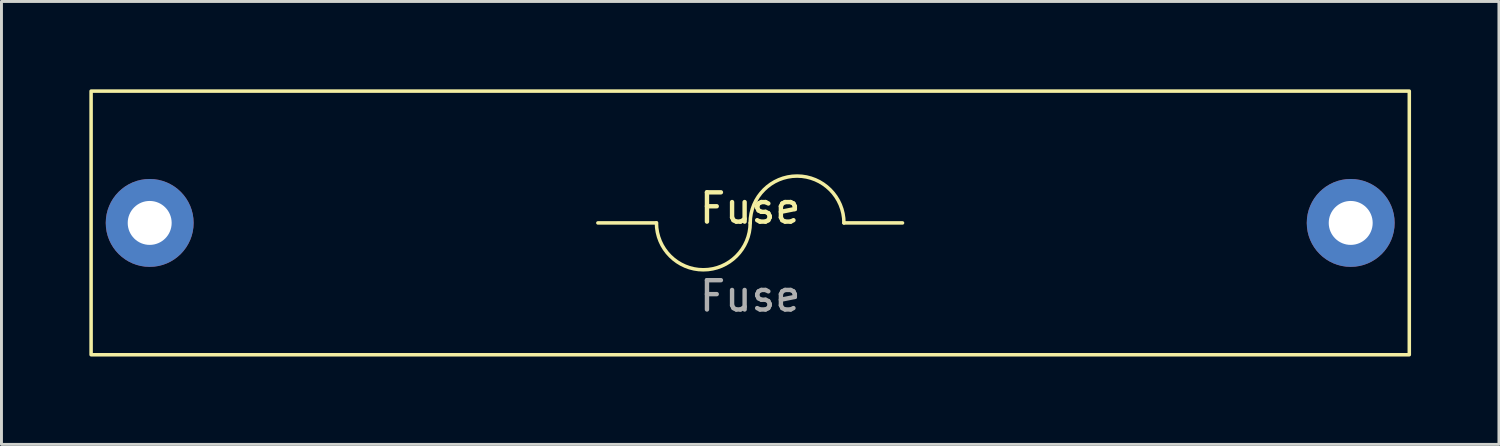
<source format=kicad_pcb>
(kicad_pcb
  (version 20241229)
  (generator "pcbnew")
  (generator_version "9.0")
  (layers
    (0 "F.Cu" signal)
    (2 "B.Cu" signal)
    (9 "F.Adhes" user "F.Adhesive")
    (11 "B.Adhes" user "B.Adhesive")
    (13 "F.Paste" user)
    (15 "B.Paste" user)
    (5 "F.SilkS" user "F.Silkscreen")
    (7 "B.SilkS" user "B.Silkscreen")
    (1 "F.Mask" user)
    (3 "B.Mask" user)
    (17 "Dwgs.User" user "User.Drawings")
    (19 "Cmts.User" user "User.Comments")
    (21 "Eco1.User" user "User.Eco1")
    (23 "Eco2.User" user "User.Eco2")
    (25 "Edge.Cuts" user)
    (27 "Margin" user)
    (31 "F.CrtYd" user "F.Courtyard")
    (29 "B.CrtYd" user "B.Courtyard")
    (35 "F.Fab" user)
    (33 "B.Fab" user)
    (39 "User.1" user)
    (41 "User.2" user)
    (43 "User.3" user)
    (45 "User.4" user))
  (footprint "Fuse"
    (layer "F.Cu")
    (at 22.56 4.56)
    (property "Reference" "Fuse" (at 0 -0.5 0) (unlocked yes) (layer "F.SilkS") (effects (font (size 1 1) (thickness 0.15))))
    (attr through_hole)
    (fp_line (start -3.2 0) (end -5.2 0) (stroke (width 0.12) (type solid)) (layer "F.SilkS"))
    (fp_line (start 5.2 0) (end 3.2 0) (stroke (width 0.12) (type solid)) (layer "F.SilkS"))
    (fp_rect (start -22.5 -4.5) (end 22.5 4.5) (stroke (width 0.12) (type solid)) (fill no) (layer "F.SilkS"))
    (fp_arc (start 0 0) (mid -1.6 1.6) (end -3.2 0) (stroke (width 0.12) (type solid)) (layer "F.SilkS"))
    (fp_arc (start 0 0) (mid 1.6 -1.6) (end 3.2 0) (stroke (width 0.12) (type solid)) (layer "F.SilkS"))
    (fp_text user "${REFERENCE}" (at 0 2.5 0) (unlocked yes) (layer "F.Fab") (effects (font (size 1 1) (thickness 0.15))))
    (pad "1" thru_hole circle (at -20.5 0) (size 3 3) (drill 1.5) (layers "*.Cu" "*.Mask"))
    (pad "2" thru_hole circle (at 20.5 0) (size 3 3) (drill 1.5) (layers "*.Cu" "*.Mask")))
  (gr_rect
    (start -3 -3)
    (end 48.12 12.12)
    (stroke (width 0.1) (type default))
    (fill no)
    (layer "Edge.Cuts")))
</source>
